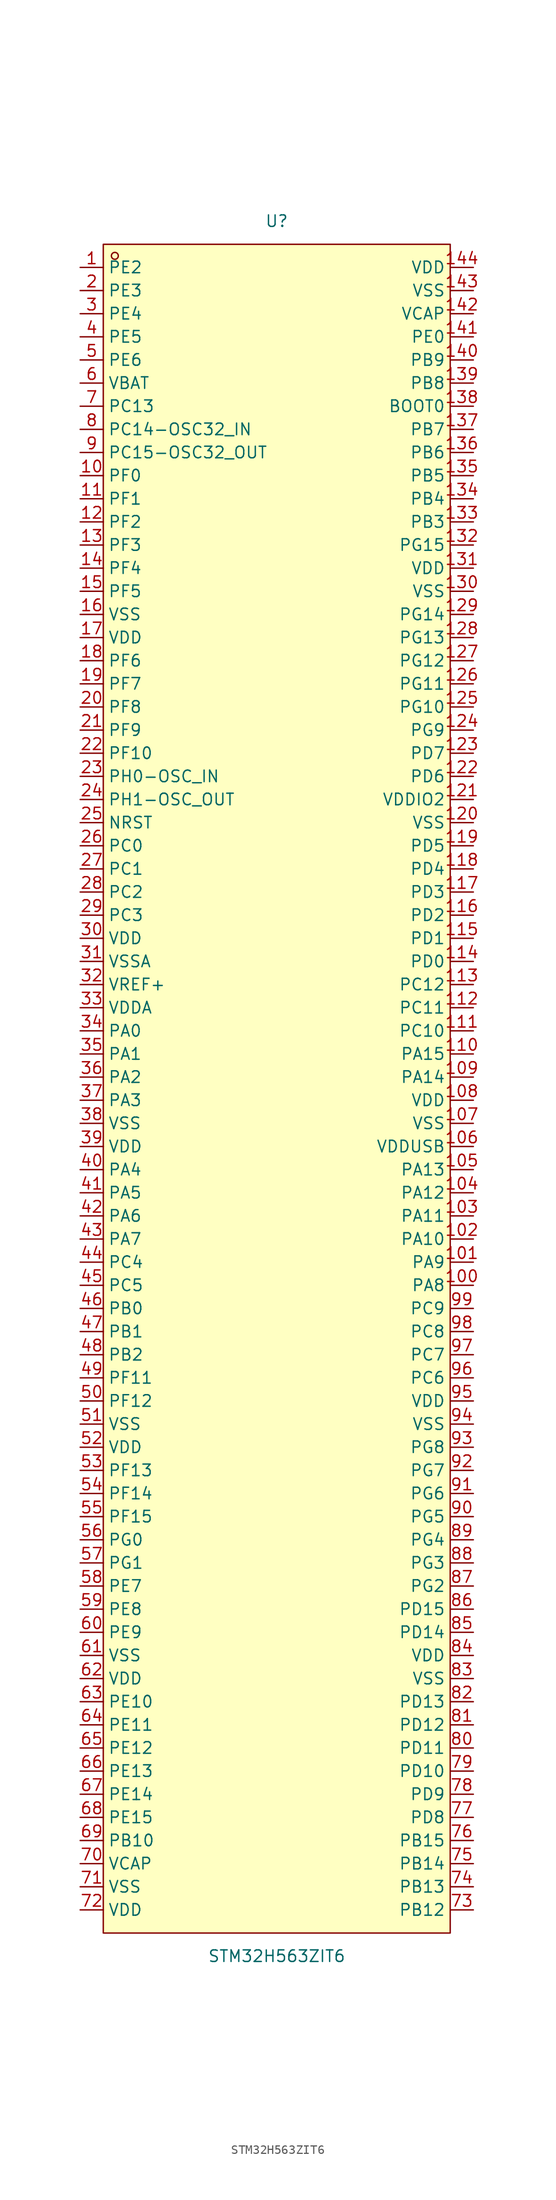
<source format=kicad_sym>
(kicad_symbol_lib
  (version 20211014)
  (generator https://github.com/uPesy/easyeda2kicad.py)
  (symbol "STM32H563ZIT6"
    (property "Reference" "U"
      (at 0 95.25 0)
      (effects (font (size 1.27 1.27))))
    (property "Value" "STM32H563ZIT6"
      (at 0 -95.25 0)
      (effects (font (size 1.27 1.27))))
    (symbol "STM32H563ZIT6_0_1"
      (rectangle (start -19.05 92.71) (end 19.05 -92.71) (stroke (width 0) (type default) (color 0 0 0 0)) (fill (type background)))
      (circle (center -17.78 91.44) (radius 0.38) (stroke (width 0) (type default) (color 0 0 0 0)) (fill (type none)))
      (pin unspecified line (at -21.59 90.17 0) (length 2.54) (name "PE2" (effects (font (size 1.27 1.27)))) (number "1" (effects (font (size 1.27 1.27)))))
      (pin unspecified line (at -21.59 87.63 0) (length 2.54) (name "PE3" (effects (font (size 1.27 1.27)))) (number "2" (effects (font (size 1.27 1.27)))))
      (pin unspecified line (at -21.59 85.09 0) (length 2.54) (name "PE4" (effects (font (size 1.27 1.27)))) (number "3" (effects (font (size 1.27 1.27)))))
      (pin unspecified line (at -21.59 82.55 0) (length 2.54) (name "PE5" (effects (font (size 1.27 1.27)))) (number "4" (effects (font (size 1.27 1.27)))))
      (pin unspecified line (at -21.59 80.01 0) (length 2.54) (name "PE6" (effects (font (size 1.27 1.27)))) (number "5" (effects (font (size 1.27 1.27)))))
      (pin unspecified line (at -21.59 77.47 0) (length 2.54) (name "VBAT" (effects (font (size 1.27 1.27)))) (number "6" (effects (font (size 1.27 1.27)))))
      (pin unspecified line (at -21.59 74.93 0) (length 2.54) (name "PC13" (effects (font (size 1.27 1.27)))) (number "7" (effects (font (size 1.27 1.27)))))
      (pin unspecified line (at -21.59 72.39 0) (length 2.54) (name "PC14-OSC32_IN" (effects (font (size 1.27 1.27)))) (number "8" (effects (font (size 1.27 1.27)))))
      (pin unspecified line (at -21.59 69.85 0) (length 2.54) (name "PC15-OSC32_OUT" (effects (font (size 1.27 1.27)))) (number "9" (effects (font (size 1.27 1.27)))))
      (pin unspecified line (at -21.59 67.31 0) (length 2.54) (name "PF0" (effects (font (size 1.27 1.27)))) (number "10" (effects (font (size 1.27 1.27)))))
      (pin unspecified line (at -21.59 64.77 0) (length 2.54) (name "PF1" (effects (font (size 1.27 1.27)))) (number "11" (effects (font (size 1.27 1.27)))))
      (pin unspecified line (at -21.59 62.23 0) (length 2.54) (name "PF2" (effects (font (size 1.27 1.27)))) (number "12" (effects (font (size 1.27 1.27)))))
      (pin unspecified line (at -21.59 59.69 0) (length 2.54) (name "PF3" (effects (font (size 1.27 1.27)))) (number "13" (effects (font (size 1.27 1.27)))))
      (pin unspecified line (at -21.59 57.15 0) (length 2.54) (name "PF4" (effects (font (size 1.27 1.27)))) (number "14" (effects (font (size 1.27 1.27)))))
      (pin unspecified line (at -21.59 54.61 0) (length 2.54) (name "PF5" (effects (font (size 1.27 1.27)))) (number "15" (effects (font (size 1.27 1.27)))))
      (pin unspecified line (at -21.59 52.07 0) (length 2.54) (name "VSS" (effects (font (size 1.27 1.27)))) (number "16" (effects (font (size 1.27 1.27)))))
      (pin unspecified line (at -21.59 49.53 0) (length 2.54) (name "VDD" (effects (font (size 1.27 1.27)))) (number "17" (effects (font (size 1.27 1.27)))))
      (pin unspecified line (at -21.59 46.99 0) (length 2.54) (name "PF6" (effects (font (size 1.27 1.27)))) (number "18" (effects (font (size 1.27 1.27)))))
      (pin unspecified line (at -21.59 44.45 0) (length 2.54) (name "PF7" (effects (font (size 1.27 1.27)))) (number "19" (effects (font (size 1.27 1.27)))))
      (pin unspecified line (at -21.59 41.91 0) (length 2.54) (name "PF8" (effects (font (size 1.27 1.27)))) (number "20" (effects (font (size 1.27 1.27)))))
      (pin unspecified line (at -21.59 39.37 0) (length 2.54) (name "PF9" (effects (font (size 1.27 1.27)))) (number "21" (effects (font (size 1.27 1.27)))))
      (pin unspecified line (at -21.59 36.83 0) (length 2.54) (name "PF10" (effects (font (size 1.27 1.27)))) (number "22" (effects (font (size 1.27 1.27)))))
      (pin unspecified line (at -21.59 34.29 0) (length 2.54) (name "PH0-OSC_IN" (effects (font (size 1.27 1.27)))) (number "23" (effects (font (size 1.27 1.27)))))
      (pin unspecified line (at -21.59 31.75 0) (length 2.54) (name "PH1-OSC_OUT" (effects (font (size 1.27 1.27)))) (number "24" (effects (font (size 1.27 1.27)))))
      (pin unspecified line (at -21.59 29.21 0) (length 2.54) (name "NRST" (effects (font (size 1.27 1.27)))) (number "25" (effects (font (size 1.27 1.27)))))
      (pin unspecified line (at -21.59 26.67 0) (length 2.54) (name "PC0" (effects (font (size 1.27 1.27)))) (number "26" (effects (font (size 1.27 1.27)))))
      (pin unspecified line (at -21.59 24.13 0) (length 2.54) (name "PC1" (effects (font (size 1.27 1.27)))) (number "27" (effects (font (size 1.27 1.27)))))
      (pin unspecified line (at -21.59 21.59 0) (length 2.54) (name "PC2" (effects (font (size 1.27 1.27)))) (number "28" (effects (font (size 1.27 1.27)))))
      (pin unspecified line (at -21.59 19.05 0) (length 2.54) (name "PC3" (effects (font (size 1.27 1.27)))) (number "29" (effects (font (size 1.27 1.27)))))
      (pin unspecified line (at -21.59 16.51 0) (length 2.54) (name "VDD" (effects (font (size 1.27 1.27)))) (number "30" (effects (font (size 1.27 1.27)))))
      (pin unspecified line (at -21.59 13.97 0) (length 2.54) (name "VSSA" (effects (font (size 1.27 1.27)))) (number "31" (effects (font (size 1.27 1.27)))))
      (pin unspecified line (at -21.59 11.43 0) (length 2.54) (name "VREF+" (effects (font (size 1.27 1.27)))) (number "32" (effects (font (size 1.27 1.27)))))
      (pin unspecified line (at -21.59 8.89 0) (length 2.54) (name "VDDA" (effects (font (size 1.27 1.27)))) (number "33" (effects (font (size 1.27 1.27)))))
      (pin unspecified line (at -21.59 6.35 0) (length 2.54) (name "PA0" (effects (font (size 1.27 1.27)))) (number "34" (effects (font (size 1.27 1.27)))))
      (pin unspecified line (at -21.59 3.81 0) (length 2.54) (name "PA1" (effects (font (size 1.27 1.27)))) (number "35" (effects (font (size 1.27 1.27)))))
      (pin unspecified line (at -21.59 1.27 0) (length 2.54) (name "PA2" (effects (font (size 1.27 1.27)))) (number "36" (effects (font (size 1.27 1.27)))))
      (pin unspecified line (at -21.59 -1.27 0) (length 2.54) (name "PA3" (effects (font (size 1.27 1.27)))) (number "37" (effects (font (size 1.27 1.27)))))
      (pin unspecified line (at -21.59 -3.81 0) (length 2.54) (name "VSS" (effects (font (size 1.27 1.27)))) (number "38" (effects (font (size 1.27 1.27)))))
      (pin unspecified line (at -21.59 -6.35 0) (length 2.54) (name "VDD" (effects (font (size 1.27 1.27)))) (number "39" (effects (font (size 1.27 1.27)))))
      (pin unspecified line (at -21.59 -8.89 0) (length 2.54) (name "PA4" (effects (font (size 1.27 1.27)))) (number "40" (effects (font (size 1.27 1.27)))))
      (pin unspecified line (at -21.59 -11.43 0) (length 2.54) (name "PA5" (effects (font (size 1.27 1.27)))) (number "41" (effects (font (size 1.27 1.27)))))
      (pin unspecified line (at -21.59 -13.97 0) (length 2.54) (name "PA6" (effects (font (size 1.27 1.27)))) (number "42" (effects (font (size 1.27 1.27)))))
      (pin unspecified line (at -21.59 -16.51 0) (length 2.54) (name "PA7" (effects (font (size 1.27 1.27)))) (number "43" (effects (font (size 1.27 1.27)))))
      (pin unspecified line (at -21.59 -19.05 0) (length 2.54) (name "PC4" (effects (font (size 1.27 1.27)))) (number "44" (effects (font (size 1.27 1.27)))))
      (pin unspecified line (at -21.59 -21.59 0) (length 2.54) (name "PC5" (effects (font (size 1.27 1.27)))) (number "45" (effects (font (size 1.27 1.27)))))
      (pin unspecified line (at -21.59 -24.13 0) (length 2.54) (name "PB0" (effects (font (size 1.27 1.27)))) (number "46" (effects (font (size 1.27 1.27)))))
      (pin unspecified line (at -21.59 -26.67 0) (length 2.54) (name "PB1" (effects (font (size 1.27 1.27)))) (number "47" (effects (font (size 1.27 1.27)))))
      (pin unspecified line (at -21.59 -29.21 0) (length 2.54) (name "PB2" (effects (font (size 1.27 1.27)))) (number "48" (effects (font (size 1.27 1.27)))))
      (pin unspecified line (at -21.59 -31.75 0) (length 2.54) (name "PF11" (effects (font (size 1.27 1.27)))) (number "49" (effects (font (size 1.27 1.27)))))
      (pin unspecified line (at -21.59 -34.29 0) (length 2.54) (name "PF12" (effects (font (size 1.27 1.27)))) (number "50" (effects (font (size 1.27 1.27)))))
      (pin unspecified line (at -21.59 -36.83 0) (length 2.54) (name "VSS" (effects (font (size 1.27 1.27)))) (number "51" (effects (font (size 1.27 1.27)))))
      (pin unspecified line (at -21.59 -39.37 0) (length 2.54) (name "VDD" (effects (font (size 1.27 1.27)))) (number "52" (effects (font (size 1.27 1.27)))))
      (pin unspecified line (at -21.59 -41.91 0) (length 2.54) (name "PF13" (effects (font (size 1.27 1.27)))) (number "53" (effects (font (size 1.27 1.27)))))
      (pin unspecified line (at -21.59 -44.45 0) (length 2.54) (name "PF14" (effects (font (size 1.27 1.27)))) (number "54" (effects (font (size 1.27 1.27)))))
      (pin unspecified line (at -21.59 -46.99 0) (length 2.54) (name "PF15" (effects (font (size 1.27 1.27)))) (number "55" (effects (font (size 1.27 1.27)))))
      (pin unspecified line (at -21.59 -49.53 0) (length 2.54) (name "PG0" (effects (font (size 1.27 1.27)))) (number "56" (effects (font (size 1.27 1.27)))))
      (pin unspecified line (at -21.59 -52.07 0) (length 2.54) (name "PG1" (effects (font (size 1.27 1.27)))) (number "57" (effects (font (size 1.27 1.27)))))
      (pin unspecified line (at -21.59 -54.61 0) (length 2.54) (name "PE7" (effects (font (size 1.27 1.27)))) (number "58" (effects (font (size 1.27 1.27)))))
      (pin unspecified line (at -21.59 -57.15 0) (length 2.54) (name "PE8" (effects (font (size 1.27 1.27)))) (number "59" (effects (font (size 1.27 1.27)))))
      (pin unspecified line (at -21.59 -59.69 0) (length 2.54) (name "PE9" (effects (font (size 1.27 1.27)))) (number "60" (effects (font (size 1.27 1.27)))))
      (pin unspecified line (at -21.59 -62.23 0) (length 2.54) (name "VSS" (effects (font (size 1.27 1.27)))) (number "61" (effects (font (size 1.27 1.27)))))
      (pin unspecified line (at -21.59 -64.77 0) (length 2.54) (name "VDD" (effects (font (size 1.27 1.27)))) (number "62" (effects (font (size 1.27 1.27)))))
      (pin unspecified line (at -21.59 -67.31 0) (length 2.54) (name "PE10" (effects (font (size 1.27 1.27)))) (number "63" (effects (font (size 1.27 1.27)))))
      (pin unspecified line (at -21.59 -69.85 0) (length 2.54) (name "PE11" (effects (font (size 1.27 1.27)))) (number "64" (effects (font (size 1.27 1.27)))))
      (pin unspecified line (at -21.59 -72.39 0) (length 2.54) (name "PE12" (effects (font (size 1.27 1.27)))) (number "65" (effects (font (size 1.27 1.27)))))
      (pin unspecified line (at -21.59 -74.93 0) (length 2.54) (name "PE13" (effects (font (size 1.27 1.27)))) (number "66" (effects (font (size 1.27 1.27)))))
      (pin unspecified line (at -21.59 -77.47 0) (length 2.54) (name "PE14" (effects (font (size 1.27 1.27)))) (number "67" (effects (font (size 1.27 1.27)))))
      (pin unspecified line (at -21.59 -80.01 0) (length 2.54) (name "PE15" (effects (font (size 1.27 1.27)))) (number "68" (effects (font (size 1.27 1.27)))))
      (pin unspecified line (at -21.59 -82.55 0) (length 2.54) (name "PB10" (effects (font (size 1.27 1.27)))) (number "69" (effects (font (size 1.27 1.27)))))
      (pin unspecified line (at -21.59 -85.09 0) (length 2.54) (name "VCAP" (effects (font (size 1.27 1.27)))) (number "70" (effects (font (size 1.27 1.27)))))
      (pin unspecified line (at -21.59 -87.63 0) (length 2.54) (name "VSS" (effects (font (size 1.27 1.27)))) (number "71" (effects (font (size 1.27 1.27)))))
      (pin unspecified line (at -21.59 -90.17 0) (length 2.54) (name "VDD" (effects (font (size 1.27 1.27)))) (number "72" (effects (font (size 1.27 1.27)))))
      (pin unspecified line (at 21.59 -90.17 180) (length 2.54) (name "PB12" (effects (font (size 1.27 1.27)))) (number "73" (effects (font (size 1.27 1.27)))))
      (pin unspecified line (at 21.59 -87.63 180) (length 2.54) (name "PB13" (effects (font (size 1.27 1.27)))) (number "74" (effects (font (size 1.27 1.27)))))
      (pin unspecified line (at 21.59 -85.09 180) (length 2.54) (name "PB14" (effects (font (size 1.27 1.27)))) (number "75" (effects (font (size 1.27 1.27)))))
      (pin unspecified line (at 21.59 -82.55 180) (length 2.54) (name "PB15" (effects (font (size 1.27 1.27)))) (number "76" (effects (font (size 1.27 1.27)))))
      (pin unspecified line (at 21.59 -80.01 180) (length 2.54) (name "PD8" (effects (font (size 1.27 1.27)))) (number "77" (effects (font (size 1.27 1.27)))))
      (pin unspecified line (at 21.59 -77.47 180) (length 2.54) (name "PD9" (effects (font (size 1.27 1.27)))) (number "78" (effects (font (size 1.27 1.27)))))
      (pin unspecified line (at 21.59 -74.93 180) (length 2.54) (name "PD10" (effects (font (size 1.27 1.27)))) (number "79" (effects (font (size 1.27 1.27)))))
      (pin unspecified line (at 21.59 -72.39 180) (length 2.54) (name "PD11" (effects (font (size 1.27 1.27)))) (number "80" (effects (font (size 1.27 1.27)))))
      (pin unspecified line (at 21.59 -69.85 180) (length 2.54) (name "PD12" (effects (font (size 1.27 1.27)))) (number "81" (effects (font (size 1.27 1.27)))))
      (pin unspecified line (at 21.59 -67.31 180) (length 2.54) (name "PD13" (effects (font (size 1.27 1.27)))) (number "82" (effects (font (size 1.27 1.27)))))
      (pin unspecified line (at 21.59 -64.77 180) (length 2.54) (name "VSS" (effects (font (size 1.27 1.27)))) (number "83" (effects (font (size 1.27 1.27)))))
      (pin unspecified line (at 21.59 -62.23 180) (length 2.54) (name "VDD" (effects (font (size 1.27 1.27)))) (number "84" (effects (font (size 1.27 1.27)))))
      (pin unspecified line (at 21.59 -59.69 180) (length 2.54) (name "PD14" (effects (font (size 1.27 1.27)))) (number "85" (effects (font (size 1.27 1.27)))))
      (pin unspecified line (at 21.59 -57.15 180) (length 2.54) (name "PD15" (effects (font (size 1.27 1.27)))) (number "86" (effects (font (size 1.27 1.27)))))
      (pin unspecified line (at 21.59 -54.61 180) (length 2.54) (name "PG2" (effects (font (size 1.27 1.27)))) (number "87" (effects (font (size 1.27 1.27)))))
      (pin unspecified line (at 21.59 -52.07 180) (length 2.54) (name "PG3" (effects (font (size 1.27 1.27)))) (number "88" (effects (font (size 1.27 1.27)))))
      (pin unspecified line (at 21.59 -49.53 180) (length 2.54) (name "PG4" (effects (font (size 1.27 1.27)))) (number "89" (effects (font (size 1.27 1.27)))))
      (pin unspecified line (at 21.59 -46.99 180) (length 2.54) (name "PG5" (effects (font (size 1.27 1.27)))) (number "90" (effects (font (size 1.27 1.27)))))
      (pin unspecified line (at 21.59 -44.45 180) (length 2.54) (name "PG6" (effects (font (size 1.27 1.27)))) (number "91" (effects (font (size 1.27 1.27)))))
      (pin unspecified line (at 21.59 -41.91 180) (length 2.54) (name "PG7" (effects (font (size 1.27 1.27)))) (number "92" (effects (font (size 1.27 1.27)))))
      (pin unspecified line (at 21.59 -39.37 180) (length 2.54) (name "PG8" (effects (font (size 1.27 1.27)))) (number "93" (effects (font (size 1.27 1.27)))))
      (pin unspecified line (at 21.59 -36.83 180) (length 2.54) (name "VSS" (effects (font (size 1.27 1.27)))) (number "94" (effects (font (size 1.27 1.27)))))
      (pin unspecified line (at 21.59 -34.29 180) (length 2.54) (name "VDD" (effects (font (size 1.27 1.27)))) (number "95" (effects (font (size 1.27 1.27)))))
      (pin unspecified line (at 21.59 -31.75 180) (length 2.54) (name "PC6" (effects (font (size 1.27 1.27)))) (number "96" (effects (font (size 1.27 1.27)))))
      (pin unspecified line (at 21.59 -29.21 180) (length 2.54) (name "PC7" (effects (font (size 1.27 1.27)))) (number "97" (effects (font (size 1.27 1.27)))))
      (pin unspecified line (at 21.59 -26.67 180) (length 2.54) (name "PC8" (effects (font (size 1.27 1.27)))) (number "98" (effects (font (size 1.27 1.27)))))
      (pin unspecified line (at 21.59 -24.13 180) (length 2.54) (name "PC9" (effects (font (size 1.27 1.27)))) (number "99" (effects (font (size 1.27 1.27)))))
      (pin unspecified line (at 21.59 -21.59 180) (length 2.54) (name "PA8" (effects (font (size 1.27 1.27)))) (number "100" (effects (font (size 1.27 1.27)))))
      (pin unspecified line (at 21.59 -19.05 180) (length 2.54) (name "PA9" (effects (font (size 1.27 1.27)))) (number "101" (effects (font (size 1.27 1.27)))))
      (pin unspecified line (at 21.59 -16.51 180) (length 2.54) (name "PA10" (effects (font (size 1.27 1.27)))) (number "102" (effects (font (size 1.27 1.27)))))
      (pin unspecified line (at 21.59 -13.97 180) (length 2.54) (name "PA11" (effects (font (size 1.27 1.27)))) (number "103" (effects (font (size 1.27 1.27)))))
      (pin unspecified line (at 21.59 -11.43 180) (length 2.54) (name "PA12" (effects (font (size 1.27 1.27)))) (number "104" (effects (font (size 1.27 1.27)))))
      (pin unspecified line (at 21.59 -8.89 180) (length 2.54) (name "PA13" (effects (font (size 1.27 1.27)))) (number "105" (effects (font (size 1.27 1.27)))))
      (pin unspecified line (at 21.59 -6.35 180) (length 2.54) (name "VDDUSB" (effects (font (size 1.27 1.27)))) (number "106" (effects (font (size 1.27 1.27)))))
      (pin unspecified line (at 21.59 -3.81 180) (length 2.54) (name "VSS" (effects (font (size 1.27 1.27)))) (number "107" (effects (font (size 1.27 1.27)))))
      (pin unspecified line (at 21.59 -1.27 180) (length 2.54) (name "VDD" (effects (font (size 1.27 1.27)))) (number "108" (effects (font (size 1.27 1.27)))))
      (pin unspecified line (at 21.59 1.27 180) (length 2.54) (name "PA14" (effects (font (size 1.27 1.27)))) (number "109" (effects (font (size 1.27 1.27)))))
      (pin unspecified line (at 21.59 3.81 180) (length 2.54) (name "PA15" (effects (font (size 1.27 1.27)))) (number "110" (effects (font (size 1.27 1.27)))))
      (pin unspecified line (at 21.59 6.35 180) (length 2.54) (name "PC10" (effects (font (size 1.27 1.27)))) (number "111" (effects (font (size 1.27 1.27)))))
      (pin unspecified line (at 21.59 8.89 180) (length 2.54) (name "PC11" (effects (font (size 1.27 1.27)))) (number "112" (effects (font (size 1.27 1.27)))))
      (pin unspecified line (at 21.59 11.43 180) (length 2.54) (name "PC12" (effects (font (size 1.27 1.27)))) (number "113" (effects (font (size 1.27 1.27)))))
      (pin unspecified line (at 21.59 13.97 180) (length 2.54) (name "PD0" (effects (font (size 1.27 1.27)))) (number "114" (effects (font (size 1.27 1.27)))))
      (pin unspecified line (at 21.59 16.51 180) (length 2.54) (name "PD1" (effects (font (size 1.27 1.27)))) (number "115" (effects (font (size 1.27 1.27)))))
      (pin unspecified line (at 21.59 19.05 180) (length 2.54) (name "PD2" (effects (font (size 1.27 1.27)))) (number "116" (effects (font (size 1.27 1.27)))))
      (pin unspecified line (at 21.59 21.59 180) (length 2.54) (name "PD3" (effects (font (size 1.27 1.27)))) (number "117" (effects (font (size 1.27 1.27)))))
      (pin unspecified line (at 21.59 24.13 180) (length 2.54) (name "PD4" (effects (font (size 1.27 1.27)))) (number "118" (effects (font (size 1.27 1.27)))))
      (pin unspecified line (at 21.59 26.67 180) (length 2.54) (name "PD5" (effects (font (size 1.27 1.27)))) (number "119" (effects (font (size 1.27 1.27)))))
      (pin unspecified line (at 21.59 29.21 180) (length 2.54) (name "VSS" (effects (font (size 1.27 1.27)))) (number "120" (effects (font (size 1.27 1.27)))))
      (pin unspecified line (at 21.59 31.75 180) (length 2.54) (name "VDDIO2" (effects (font (size 1.27 1.27)))) (number "121" (effects (font (size 1.27 1.27)))))
      (pin unspecified line (at 21.59 34.29 180) (length 2.54) (name "PD6" (effects (font (size 1.27 1.27)))) (number "122" (effects (font (size 1.27 1.27)))))
      (pin unspecified line (at 21.59 36.83 180) (length 2.54) (name "PD7" (effects (font (size 1.27 1.27)))) (number "123" (effects (font (size 1.27 1.27)))))
      (pin unspecified line (at 21.59 39.37 180) (length 2.54) (name "PG9" (effects (font (size 1.27 1.27)))) (number "124" (effects (font (size 1.27 1.27)))))
      (pin unspecified line (at 21.59 41.91 180) (length 2.54) (name "PG10" (effects (font (size 1.27 1.27)))) (number "125" (effects (font (size 1.27 1.27)))))
      (pin unspecified line (at 21.59 44.45 180) (length 2.54) (name "PG11" (effects (font (size 1.27 1.27)))) (number "126" (effects (font (size 1.27 1.27)))))
      (pin unspecified line (at 21.59 46.99 180) (length 2.54) (name "PG12" (effects (font (size 1.27 1.27)))) (number "127" (effects (font (size 1.27 1.27)))))
      (pin unspecified line (at 21.59 49.53 180) (length 2.54) (name "PG13" (effects (font (size 1.27 1.27)))) (number "128" (effects (font (size 1.27 1.27)))))
      (pin unspecified line (at 21.59 52.07 180) (length 2.54) (name "PG14" (effects (font (size 1.27 1.27)))) (number "129" (effects (font (size 1.27 1.27)))))
      (pin unspecified line (at 21.59 54.61 180) (length 2.54) (name "VSS" (effects (font (size 1.27 1.27)))) (number "130" (effects (font (size 1.27 1.27)))))
      (pin unspecified line (at 21.59 57.15 180) (length 2.54) (name "VDD" (effects (font (size 1.27 1.27)))) (number "131" (effects (font (size 1.27 1.27)))))
      (pin unspecified line (at 21.59 59.69 180) (length 2.54) (name "PG15" (effects (font (size 1.27 1.27)))) (number "132" (effects (font (size 1.27 1.27)))))
      (pin unspecified line (at 21.59 62.23 180) (length 2.54) (name "PB3" (effects (font (size 1.27 1.27)))) (number "133" (effects (font (size 1.27 1.27)))))
      (pin unspecified line (at 21.59 64.77 180) (length 2.54) (name "PB4" (effects (font (size 1.27 1.27)))) (number "134" (effects (font (size 1.27 1.27)))))
      (pin unspecified line (at 21.59 67.31 180) (length 2.54) (name "PB5" (effects (font (size 1.27 1.27)))) (number "135" (effects (font (size 1.27 1.27)))))
      (pin unspecified line (at 21.59 69.85 180) (length 2.54) (name "PB6" (effects (font (size 1.27 1.27)))) (number "136" (effects (font (size 1.27 1.27)))))
      (pin unspecified line (at 21.59 72.39 180) (length 2.54) (name "PB7" (effects (font (size 1.27 1.27)))) (number "137" (effects (font (size 1.27 1.27)))))
      (pin unspecified line (at 21.59 74.93 180) (length 2.54) (name "BOOT0" (effects (font (size 1.27 1.27)))) (number "138" (effects (font (size 1.27 1.27)))))
      (pin unspecified line (at 21.59 77.47 180) (length 2.54) (name "PB8" (effects (font (size 1.27 1.27)))) (number "139" (effects (font (size 1.27 1.27)))))
      (pin unspecified line (at 21.59 80.01 180) (length 2.54) (name "PB9" (effects (font (size 1.27 1.27)))) (number "140" (effects (font (size 1.27 1.27)))))
      (pin unspecified line (at 21.59 82.55 180) (length 2.54) (name "PE0" (effects (font (size 1.27 1.27)))) (number "141" (effects (font (size 1.27 1.27)))))
      (pin unspecified line (at 21.59 85.09 180) (length 2.54) (name "VCAP" (effects (font (size 1.27 1.27)))) (number "142" (effects (font (size 1.27 1.27)))))
      (pin unspecified line (at 21.59 87.63 180) (length 2.54) (name "VSS" (effects (font (size 1.27 1.27)))) (number "143" (effects (font (size 1.27 1.27)))))
      (pin unspecified line (at 21.59 90.17 180) (length 2.54) (name "VDD" (effects (font (size 1.27 1.27)))) (number "144" (effects (font (size 1.27 1.27))))))))
</source>
